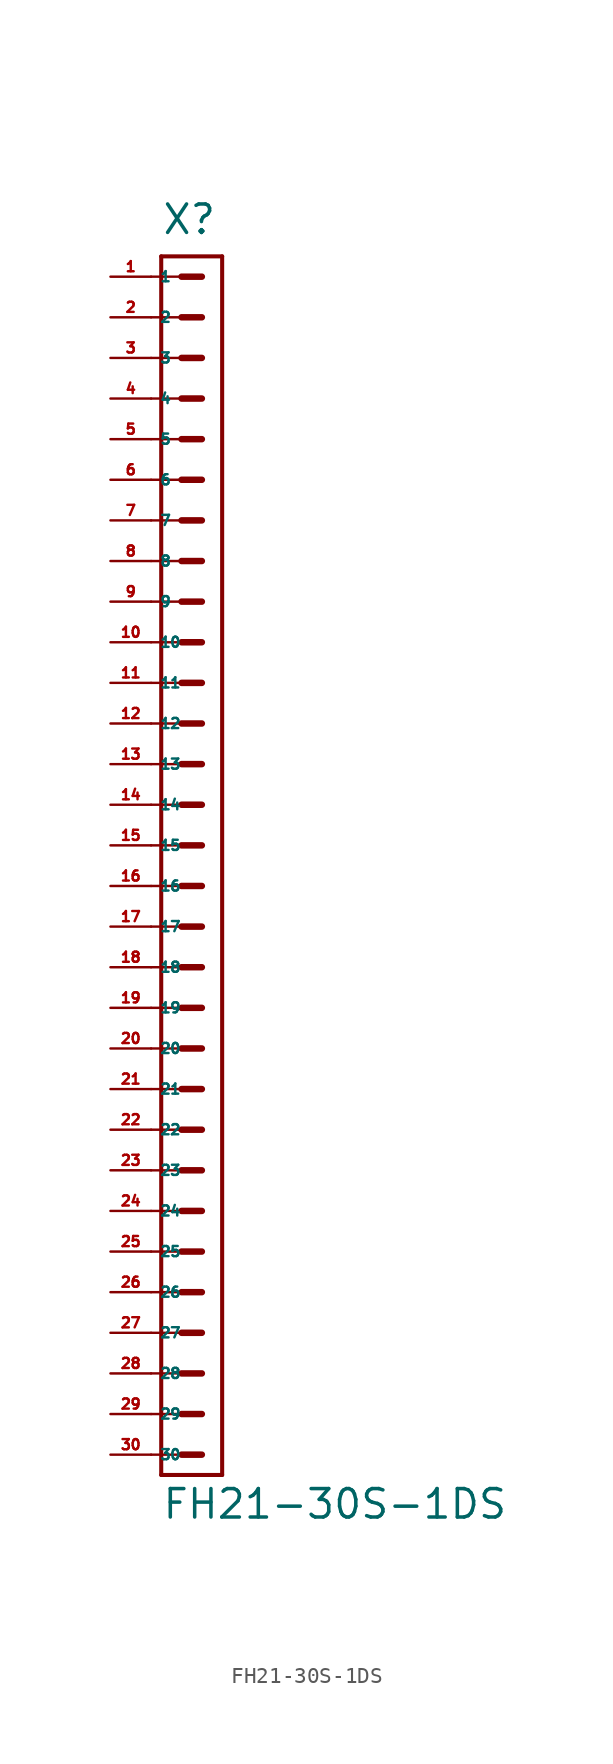
<source format=kicad_sym>
(kicad_symbol_lib
  (version 20220914)
  (generator Eagle2Kicad)
  (symbol "FH21-30S-1DS"
    (property "Reference" "X"
      (at -1.905 38.1 0)
      (effects (font (size 1.778 1.778) (thickness 0.22)) (justify left bottom)))
    (property "Value" "FH21-30S-1DS"
      (at -1.905 -42.227 0)
      (effects (font (size 1.778 1.778) (thickness 0.22)) (justify left bottom)))
    (polyline
      (pts (xy 1.905 36.83) (xy -1.905 36.83))
      (stroke (width 0.254) (type default))
      (fill (type none)))
    (polyline
      (pts (xy -1.905 -39.37) (xy -1.905 36.83))
      (stroke (width 0.254) (type default))
      (fill (type none)))
    (polyline
      (pts (xy -1.905 -39.37) (xy 1.905 -39.37))
      (stroke (width 0.254) (type default))
      (fill (type none)))
    (polyline
      (pts (xy 1.905 36.83) (xy 1.905 -39.37))
      (stroke (width 0.254) (type default))
      (fill (type none)))
    (polyline
      (pts (xy -2.54 35.56) (xy -0.635 35.56))
      (stroke (width 0.152) (type default))
      (fill (type none)))
    (polyline
      (pts (xy -2.54 33.02) (xy -0.635 33.02))
      (stroke (width 0.152) (type default))
      (fill (type none)))
    (polyline
      (pts (xy -2.54 30.48) (xy -0.635 30.48))
      (stroke (width 0.152) (type default))
      (fill (type none)))
    (polyline
      (pts (xy -2.54 27.94) (xy -0.635 27.94))
      (stroke (width 0.152) (type default))
      (fill (type none)))
    (polyline
      (pts (xy -2.54 25.4) (xy -0.635 25.4))
      (stroke (width 0.152) (type default))
      (fill (type none)))
    (polyline
      (pts (xy -2.54 22.86) (xy -0.635 22.86))
      (stroke (width 0.152) (type default))
      (fill (type none)))
    (polyline
      (pts (xy -0.635 35.56) (xy 0.635 35.56))
      (stroke (width 0.406) (type default))
      (fill (type none)))
    (polyline
      (pts (xy -0.635 33.02) (xy 0.635 33.02))
      (stroke (width 0.406) (type default))
      (fill (type none)))
    (polyline
      (pts (xy -0.635 30.48) (xy 0.635 30.48))
      (stroke (width 0.406) (type default))
      (fill (type none)))
    (polyline
      (pts (xy -0.635 27.94) (xy 0.635 27.94))
      (stroke (width 0.406) (type default))
      (fill (type none)))
    (polyline
      (pts (xy -0.635 25.4) (xy 0.635 25.4))
      (stroke (width 0.406) (type default))
      (fill (type none)))
    (polyline
      (pts (xy -0.635 22.86) (xy 0.635 22.86))
      (stroke (width 0.406) (type default))
      (fill (type none)))
    (polyline
      (pts (xy -2.54 20.32) (xy -0.635 20.32))
      (stroke (width 0.152) (type default))
      (fill (type none)))
    (polyline
      (pts (xy -2.54 17.78) (xy -0.635 17.78))
      (stroke (width 0.152) (type default))
      (fill (type none)))
    (polyline
      (pts (xy -0.635 20.32) (xy 0.635 20.32))
      (stroke (width 0.406) (type default))
      (fill (type none)))
    (polyline
      (pts (xy -0.635 17.78) (xy 0.635 17.78))
      (stroke (width 0.406) (type default))
      (fill (type none)))
    (polyline
      (pts (xy -2.54 15.24) (xy -0.635 15.24))
      (stroke (width 0.152) (type default))
      (fill (type none)))
    (polyline
      (pts (xy -2.54 12.7) (xy -0.635 12.7))
      (stroke (width 0.152) (type default))
      (fill (type none)))
    (polyline
      (pts (xy -0.635 15.24) (xy 0.635 15.24))
      (stroke (width 0.406) (type default))
      (fill (type none)))
    (polyline
      (pts (xy -0.635 12.7) (xy 0.635 12.7))
      (stroke (width 0.406) (type default))
      (fill (type none)))
    (polyline
      (pts (xy -2.54 10.16) (xy -0.635 10.16))
      (stroke (width 0.152) (type default))
      (fill (type none)))
    (polyline
      (pts (xy -2.54 7.62) (xy -0.635 7.62))
      (stroke (width 0.152) (type default))
      (fill (type none)))
    (polyline
      (pts (xy -0.635 10.16) (xy 0.635 10.16))
      (stroke (width 0.406) (type default))
      (fill (type none)))
    (polyline
      (pts (xy -0.635 7.62) (xy 0.635 7.62))
      (stroke (width 0.406) (type default))
      (fill (type none)))
    (polyline
      (pts (xy -2.54 5.08) (xy -0.635 5.08))
      (stroke (width 0.152) (type default))
      (fill (type none)))
    (polyline
      (pts (xy -2.54 2.54) (xy -0.635 2.54))
      (stroke (width 0.152) (type default))
      (fill (type none)))
    (polyline
      (pts (xy -0.635 5.08) (xy 0.635 5.08))
      (stroke (width 0.406) (type default))
      (fill (type none)))
    (polyline
      (pts (xy -0.635 2.54) (xy 0.635 2.54))
      (stroke (width 0.406) (type default))
      (fill (type none)))
    (polyline
      (pts (xy -2.54 0) (xy -0.635 0))
      (stroke (width 0.152) (type default))
      (fill (type none)))
    (polyline
      (pts (xy -2.54 -2.54) (xy -0.635 -2.54))
      (stroke (width 0.152) (type default))
      (fill (type none)))
    (polyline
      (pts (xy -0.635 0) (xy 0.635 0))
      (stroke (width 0.406) (type default))
      (fill (type none)))
    (polyline
      (pts (xy -0.635 -2.54) (xy 0.635 -2.54))
      (stroke (width 0.406) (type default))
      (fill (type none)))
    (polyline
      (pts (xy -2.54 -5.08) (xy -0.635 -5.08))
      (stroke (width 0.152) (type default))
      (fill (type none)))
    (polyline
      (pts (xy -2.54 -7.62) (xy -0.635 -7.62))
      (stroke (width 0.152) (type default))
      (fill (type none)))
    (polyline
      (pts (xy -0.635 -5.08) (xy 0.635 -5.08))
      (stroke (width 0.406) (type default))
      (fill (type none)))
    (polyline
      (pts (xy -0.635 -7.62) (xy 0.635 -7.62))
      (stroke (width 0.406) (type default))
      (fill (type none)))
    (polyline
      (pts (xy -2.54 -10.16) (xy -0.635 -10.16))
      (stroke (width 0.152) (type default))
      (fill (type none)))
    (polyline
      (pts (xy -2.54 -12.7) (xy -0.635 -12.7))
      (stroke (width 0.152) (type default))
      (fill (type none)))
    (polyline
      (pts (xy -0.635 -10.16) (xy 0.635 -10.16))
      (stroke (width 0.406) (type default))
      (fill (type none)))
    (polyline
      (pts (xy -0.635 -12.7) (xy 0.635 -12.7))
      (stroke (width 0.406) (type default))
      (fill (type none)))
    (polyline
      (pts (xy -0.635 -15.24) (xy 0.635 -15.24))
      (stroke (width 0.406) (type default))
      (fill (type none)))
    (polyline
      (pts (xy -0.635 -17.78) (xy 0.635 -17.78))
      (stroke (width 0.406) (type default))
      (fill (type none)))
    (polyline
      (pts (xy -2.54 -15.24) (xy -0.635 -15.24))
      (stroke (width 0.152) (type default))
      (fill (type none)))
    (polyline
      (pts (xy -2.54 -17.78) (xy -0.635 -17.78))
      (stroke (width 0.152) (type default))
      (fill (type none)))
    (polyline
      (pts (xy -2.54 -20.32) (xy -0.635 -20.32))
      (stroke (width 0.152) (type default))
      (fill (type none)))
    (polyline
      (pts (xy -2.54 -22.86) (xy -0.635 -22.86))
      (stroke (width 0.152) (type default))
      (fill (type none)))
    (polyline
      (pts (xy -0.635 -20.32) (xy 0.635 -20.32))
      (stroke (width 0.406) (type default))
      (fill (type none)))
    (polyline
      (pts (xy -0.635 -22.86) (xy 0.635 -22.86))
      (stroke (width 0.406) (type default))
      (fill (type none)))
    (polyline
      (pts (xy -2.54 -25.4) (xy -0.635 -25.4))
      (stroke (width 0.152) (type default))
      (fill (type none)))
    (polyline
      (pts (xy -2.54 -27.94) (xy -0.635 -27.94))
      (stroke (width 0.152) (type default))
      (fill (type none)))
    (polyline
      (pts (xy -0.635 -25.4) (xy 0.635 -25.4))
      (stroke (width 0.406) (type default))
      (fill (type none)))
    (polyline
      (pts (xy -0.635 -27.94) (xy 0.635 -27.94))
      (stroke (width 0.406) (type default))
      (fill (type none)))
    (polyline
      (pts (xy -2.54 -30.48) (xy -0.635 -30.48))
      (stroke (width 0.152) (type default))
      (fill (type none)))
    (polyline
      (pts (xy -2.54 -33.02) (xy -0.635 -33.02))
      (stroke (width 0.152) (type default))
      (fill (type none)))
    (polyline
      (pts (xy -0.635 -30.48) (xy 0.635 -30.48))
      (stroke (width 0.406) (type default))
      (fill (type none)))
    (polyline
      (pts (xy -0.635 -33.02) (xy 0.635 -33.02))
      (stroke (width 0.406) (type default))
      (fill (type none)))
    (polyline
      (pts (xy -2.54 -35.56) (xy -0.635 -35.56))
      (stroke (width 0.152) (type default))
      (fill (type none)))
    (polyline
      (pts (xy -2.54 -38.1) (xy -0.635 -38.1))
      (stroke (width 0.152) (type default))
      (fill (type none)))
    (polyline
      (pts (xy -0.635 -35.56) (xy 0.635 -35.56))
      (stroke (width 0.406) (type default))
      (fill (type none)))
    (polyline
      (pts (xy -0.635 -38.1) (xy 0.635 -38.1))
      (stroke (width 0.406) (type default))
      (fill (type none)))
    (pin passive line
      (at -5.08 35.56 0)
      (length 2.54)
      (name "1" (effects (font (size 0.635 0.635) (thickness 0.08)) (justify left bottom)))
      (number "1" (effects (font (size 0.635 0.635) (thickness 0.08)) (justify left bottom))))
    (pin passive line
      (at -5.08 33.02 0)
      (length 2.54)
      (name "2" (effects (font (size 0.635 0.635) (thickness 0.08)) (justify left bottom)))
      (number "2" (effects (font (size 0.635 0.635) (thickness 0.08)) (justify left bottom))))
    (pin passive line
      (at -5.08 30.48 0)
      (length 2.54)
      (name "3" (effects (font (size 0.635 0.635) (thickness 0.08)) (justify left bottom)))
      (number "3" (effects (font (size 0.635 0.635) (thickness 0.08)) (justify left bottom))))
    (pin passive line
      (at -5.08 27.94 0)
      (length 2.54)
      (name "4" (effects (font (size 0.635 0.635) (thickness 0.08)) (justify left bottom)))
      (number "4" (effects (font (size 0.635 0.635) (thickness 0.08)) (justify left bottom))))
    (pin passive line
      (at -5.08 25.4 0)
      (length 2.54)
      (name "5" (effects (font (size 0.635 0.635) (thickness 0.08)) (justify left bottom)))
      (number "5" (effects (font (size 0.635 0.635) (thickness 0.08)) (justify left bottom))))
    (pin passive line
      (at -5.08 22.86 0)
      (length 2.54)
      (name "6" (effects (font (size 0.635 0.635) (thickness 0.08)) (justify left bottom)))
      (number "6" (effects (font (size 0.635 0.635) (thickness 0.08)) (justify left bottom))))
    (pin passive line
      (at -5.08 20.32 0)
      (length 2.54)
      (name "7" (effects (font (size 0.635 0.635) (thickness 0.08)) (justify left bottom)))
      (number "7" (effects (font (size 0.635 0.635) (thickness 0.08)) (justify left bottom))))
    (pin passive line
      (at -5.08 17.78 0)
      (length 2.54)
      (name "8" (effects (font (size 0.635 0.635) (thickness 0.08)) (justify left bottom)))
      (number "8" (effects (font (size 0.635 0.635) (thickness 0.08)) (justify left bottom))))
    (pin passive line
      (at -5.08 15.24 0)
      (length 2.54)
      (name "9" (effects (font (size 0.635 0.635) (thickness 0.08)) (justify left bottom)))
      (number "9" (effects (font (size 0.635 0.635) (thickness 0.08)) (justify left bottom))))
    (pin passive line
      (at -5.08 12.7 0)
      (length 2.54)
      (name "10" (effects (font (size 0.635 0.635) (thickness 0.08)) (justify left bottom)))
      (number "10" (effects (font (size 0.635 0.635) (thickness 0.08)) (justify left bottom))))
    (pin passive line
      (at -5.08 10.16 0)
      (length 2.54)
      (name "11" (effects (font (size 0.635 0.635) (thickness 0.08)) (justify left bottom)))
      (number "11" (effects (font (size 0.635 0.635) (thickness 0.08)) (justify left bottom))))
    (pin passive line
      (at -5.08 7.62 0)
      (length 2.54)
      (name "12" (effects (font (size 0.635 0.635) (thickness 0.08)) (justify left bottom)))
      (number "12" (effects (font (size 0.635 0.635) (thickness 0.08)) (justify left bottom))))
    (pin passive line
      (at -5.08 5.08 0)
      (length 2.54)
      (name "13" (effects (font (size 0.635 0.635) (thickness 0.08)) (justify left bottom)))
      (number "13" (effects (font (size 0.635 0.635) (thickness 0.08)) (justify left bottom))))
    (pin passive line
      (at -5.08 2.54 0)
      (length 2.54)
      (name "14" (effects (font (size 0.635 0.635) (thickness 0.08)) (justify left bottom)))
      (number "14" (effects (font (size 0.635 0.635) (thickness 0.08)) (justify left bottom))))
    (pin passive line
      (at -5.08 0 0)
      (length 2.54)
      (name "15" (effects (font (size 0.635 0.635) (thickness 0.08)) (justify left bottom)))
      (number "15" (effects (font (size 0.635 0.635) (thickness 0.08)) (justify left bottom))))
    (pin passive line
      (at -5.08 -2.54 0)
      (length 2.54)
      (name "16" (effects (font (size 0.635 0.635) (thickness 0.08)) (justify left bottom)))
      (number "16" (effects (font (size 0.635 0.635) (thickness 0.08)) (justify left bottom))))
    (pin passive line
      (at -5.08 -5.08 0)
      (length 2.54)
      (name "17" (effects (font (size 0.635 0.635) (thickness 0.08)) (justify left bottom)))
      (number "17" (effects (font (size 0.635 0.635) (thickness 0.08)) (justify left bottom))))
    (pin passive line
      (at -5.08 -7.62 0)
      (length 2.54)
      (name "18" (effects (font (size 0.635 0.635) (thickness 0.08)) (justify left bottom)))
      (number "18" (effects (font (size 0.635 0.635) (thickness 0.08)) (justify left bottom))))
    (pin passive line
      (at -5.08 -10.16 0)
      (length 2.54)
      (name "19" (effects (font (size 0.635 0.635) (thickness 0.08)) (justify left bottom)))
      (number "19" (effects (font (size 0.635 0.635) (thickness 0.08)) (justify left bottom))))
    (pin passive line
      (at -5.08 -12.7 0)
      (length 2.54)
      (name "20" (effects (font (size 0.635 0.635) (thickness 0.08)) (justify left bottom)))
      (number "20" (effects (font (size 0.635 0.635) (thickness 0.08)) (justify left bottom))))
    (pin passive line
      (at -5.08 -15.24 0)
      (length 2.54)
      (name "21" (effects (font (size 0.635 0.635) (thickness 0.08)) (justify left bottom)))
      (number "21" (effects (font (size 0.635 0.635) (thickness 0.08)) (justify left bottom))))
    (pin passive line
      (at -5.08 -17.78 0)
      (length 2.54)
      (name "22" (effects (font (size 0.635 0.635) (thickness 0.08)) (justify left bottom)))
      (number "22" (effects (font (size 0.635 0.635) (thickness 0.08)) (justify left bottom))))
    (pin passive line
      (at -5.08 -20.32 0)
      (length 2.54)
      (name "23" (effects (font (size 0.635 0.635) (thickness 0.08)) (justify left bottom)))
      (number "23" (effects (font (size 0.635 0.635) (thickness 0.08)) (justify left bottom))))
    (pin passive line
      (at -5.08 -22.86 0)
      (length 2.54)
      (name "24" (effects (font (size 0.635 0.635) (thickness 0.08)) (justify left bottom)))
      (number "24" (effects (font (size 0.635 0.635) (thickness 0.08)) (justify left bottom))))
    (pin passive line
      (at -5.08 -25.4 0)
      (length 2.54)
      (name "25" (effects (font (size 0.635 0.635) (thickness 0.08)) (justify left bottom)))
      (number "25" (effects (font (size 0.635 0.635) (thickness 0.08)) (justify left bottom))))
    (pin passive line
      (at -5.08 -27.94 0)
      (length 2.54)
      (name "26" (effects (font (size 0.635 0.635) (thickness 0.08)) (justify left bottom)))
      (number "26" (effects (font (size 0.635 0.635) (thickness 0.08)) (justify left bottom))))
    (pin passive line
      (at -5.08 -30.48 0)
      (length 2.54)
      (name "27" (effects (font (size 0.635 0.635) (thickness 0.08)) (justify left bottom)))
      (number "27" (effects (font (size 0.635 0.635) (thickness 0.08)) (justify left bottom))))
    (pin passive line
      (at -5.08 -33.02 0)
      (length 2.54)
      (name "28" (effects (font (size 0.635 0.635) (thickness 0.08)) (justify left bottom)))
      (number "28" (effects (font (size 0.635 0.635) (thickness 0.08)) (justify left bottom))))
    (pin passive line
      (at -5.08 -35.56 0)
      (length 2.54)
      (name "29" (effects (font (size 0.635 0.635) (thickness 0.08)) (justify left bottom)))
      (number "29" (effects (font (size 0.635 0.635) (thickness 0.08)) (justify left bottom))))
    (pin passive line
      (at -5.08 -38.1 0)
      (length 2.54)
      (name "30" (effects (font (size 0.635 0.635) (thickness 0.08)) (justify left bottom)))
      (number "30" (effects (font (size 0.635 0.635) (thickness 0.08)) (justify left bottom))))))
</source>
